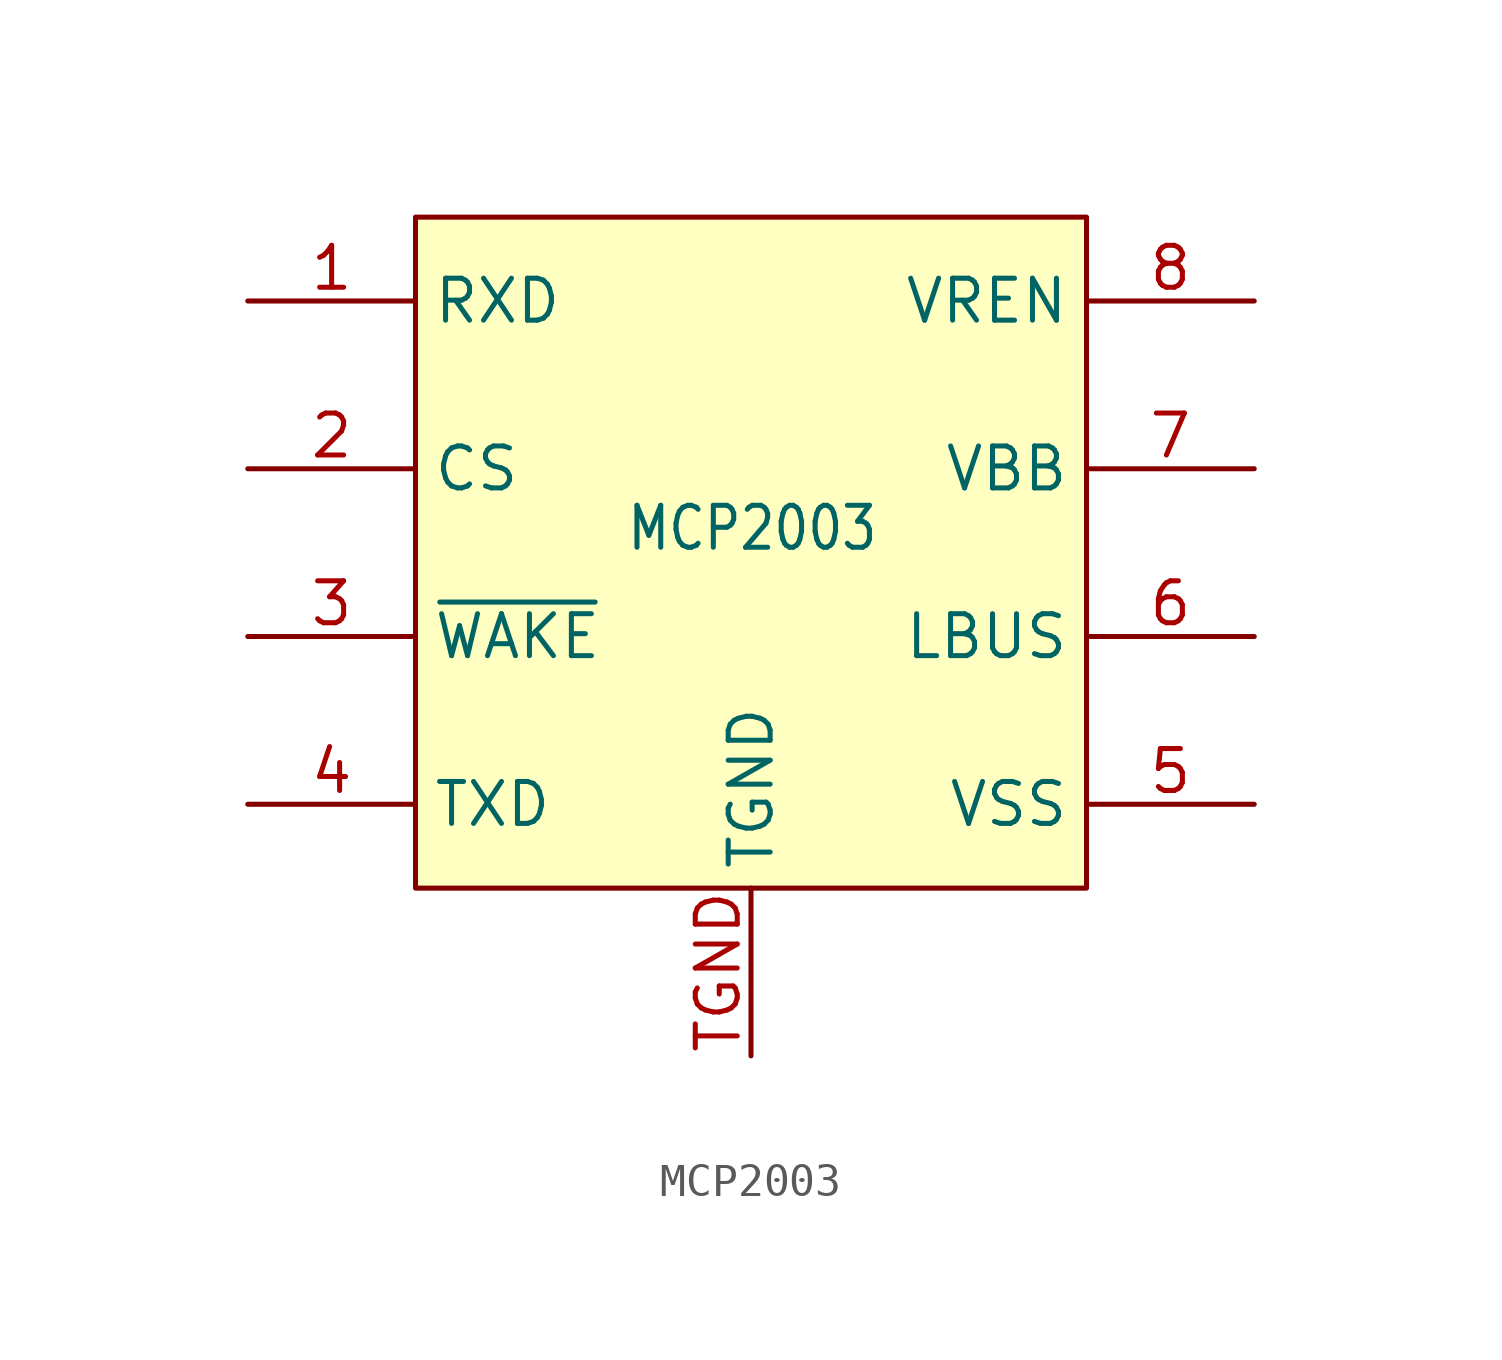
<source format=kicad_sym>
(kicad_symbol_lib
  (version 20231120)
  (generator "kicad_symbol_editor")
  (generator_version "8.0")
  (symbol "MCP2003"
    (property "Reference" "IC6"
      (at -3.81 4.064 0)
      (effects (font (size 1.778 1.511)) (justify left bottom) (hide yes)))
    (property "Value" "MCP2003"
      (at -3.81 0 0)
      (effects (font (size 1.27 1.079)) (justify left bottom)))
    (property "ki_locked" ""
      (at 0 0 0)
      (effects (font (size 1.27 1.27))))
    (symbol "MCP2003_0_1"
      (rectangle (start -10.16 10.16) (end 10.16 -10.16) (stroke (width 0) (type default)) (fill (type background))))
    (symbol "MCP2003_1_0"
      (pin input line (at -15.24 7.62 0) (length 5.08) (name "RXD" (effects (font (size 1.27 1.27)))) (number "1" (effects (font (size 1.27 1.27)))))
      (pin input line (at -15.24 2.54 0) (length 5.08) (name "CS" (effects (font (size 1.27 1.27)))) (number "2" (effects (font (size 1.27 1.27)))))
      (pin input line (at -15.24 -2.54 0) (length 5.08) (name "~{WAKE}" (effects (font (size 1.27 1.27)))) (number "3" (effects (font (size 1.27 1.27)))))
      (pin output line (at -15.24 -7.62 0) (length 5.08) (name "TXD" (effects (font (size 1.27 1.27)))) (number "4" (effects (font (size 1.27 1.27)))))
      (pin power_in line (at 15.24 -7.62 180) (length 5.08) (name "VSS" (effects (font (size 1.27 1.27)))) (number "5" (effects (font (size 1.27 1.27)))))
      (pin bidirectional line (at 15.24 -2.54 180) (length 5.08) (name "LBUS" (effects (font (size 1.27 1.27)))) (number "6" (effects (font (size 1.27 1.27)))))
      (pin power_in line (at 15.24 2.54 180) (length 5.08) (name "VBB" (effects (font (size 1.27 1.27)))) (number "7" (effects (font (size 1.27 1.27)))))
      (pin output line (at 15.24 7.62 180) (length 5.08) (name "VREN" (effects (font (size 1.27 1.27)))) (number "8" (effects (font (size 1.27 1.27)))))
      (pin power_in line (at 0 -15.24 90) (length 5.08) (name "TGND" (effects (font (size 1.27 1.27)))) (number "TGND" (effects (font (size 1.27 1.27))))))))
</source>
